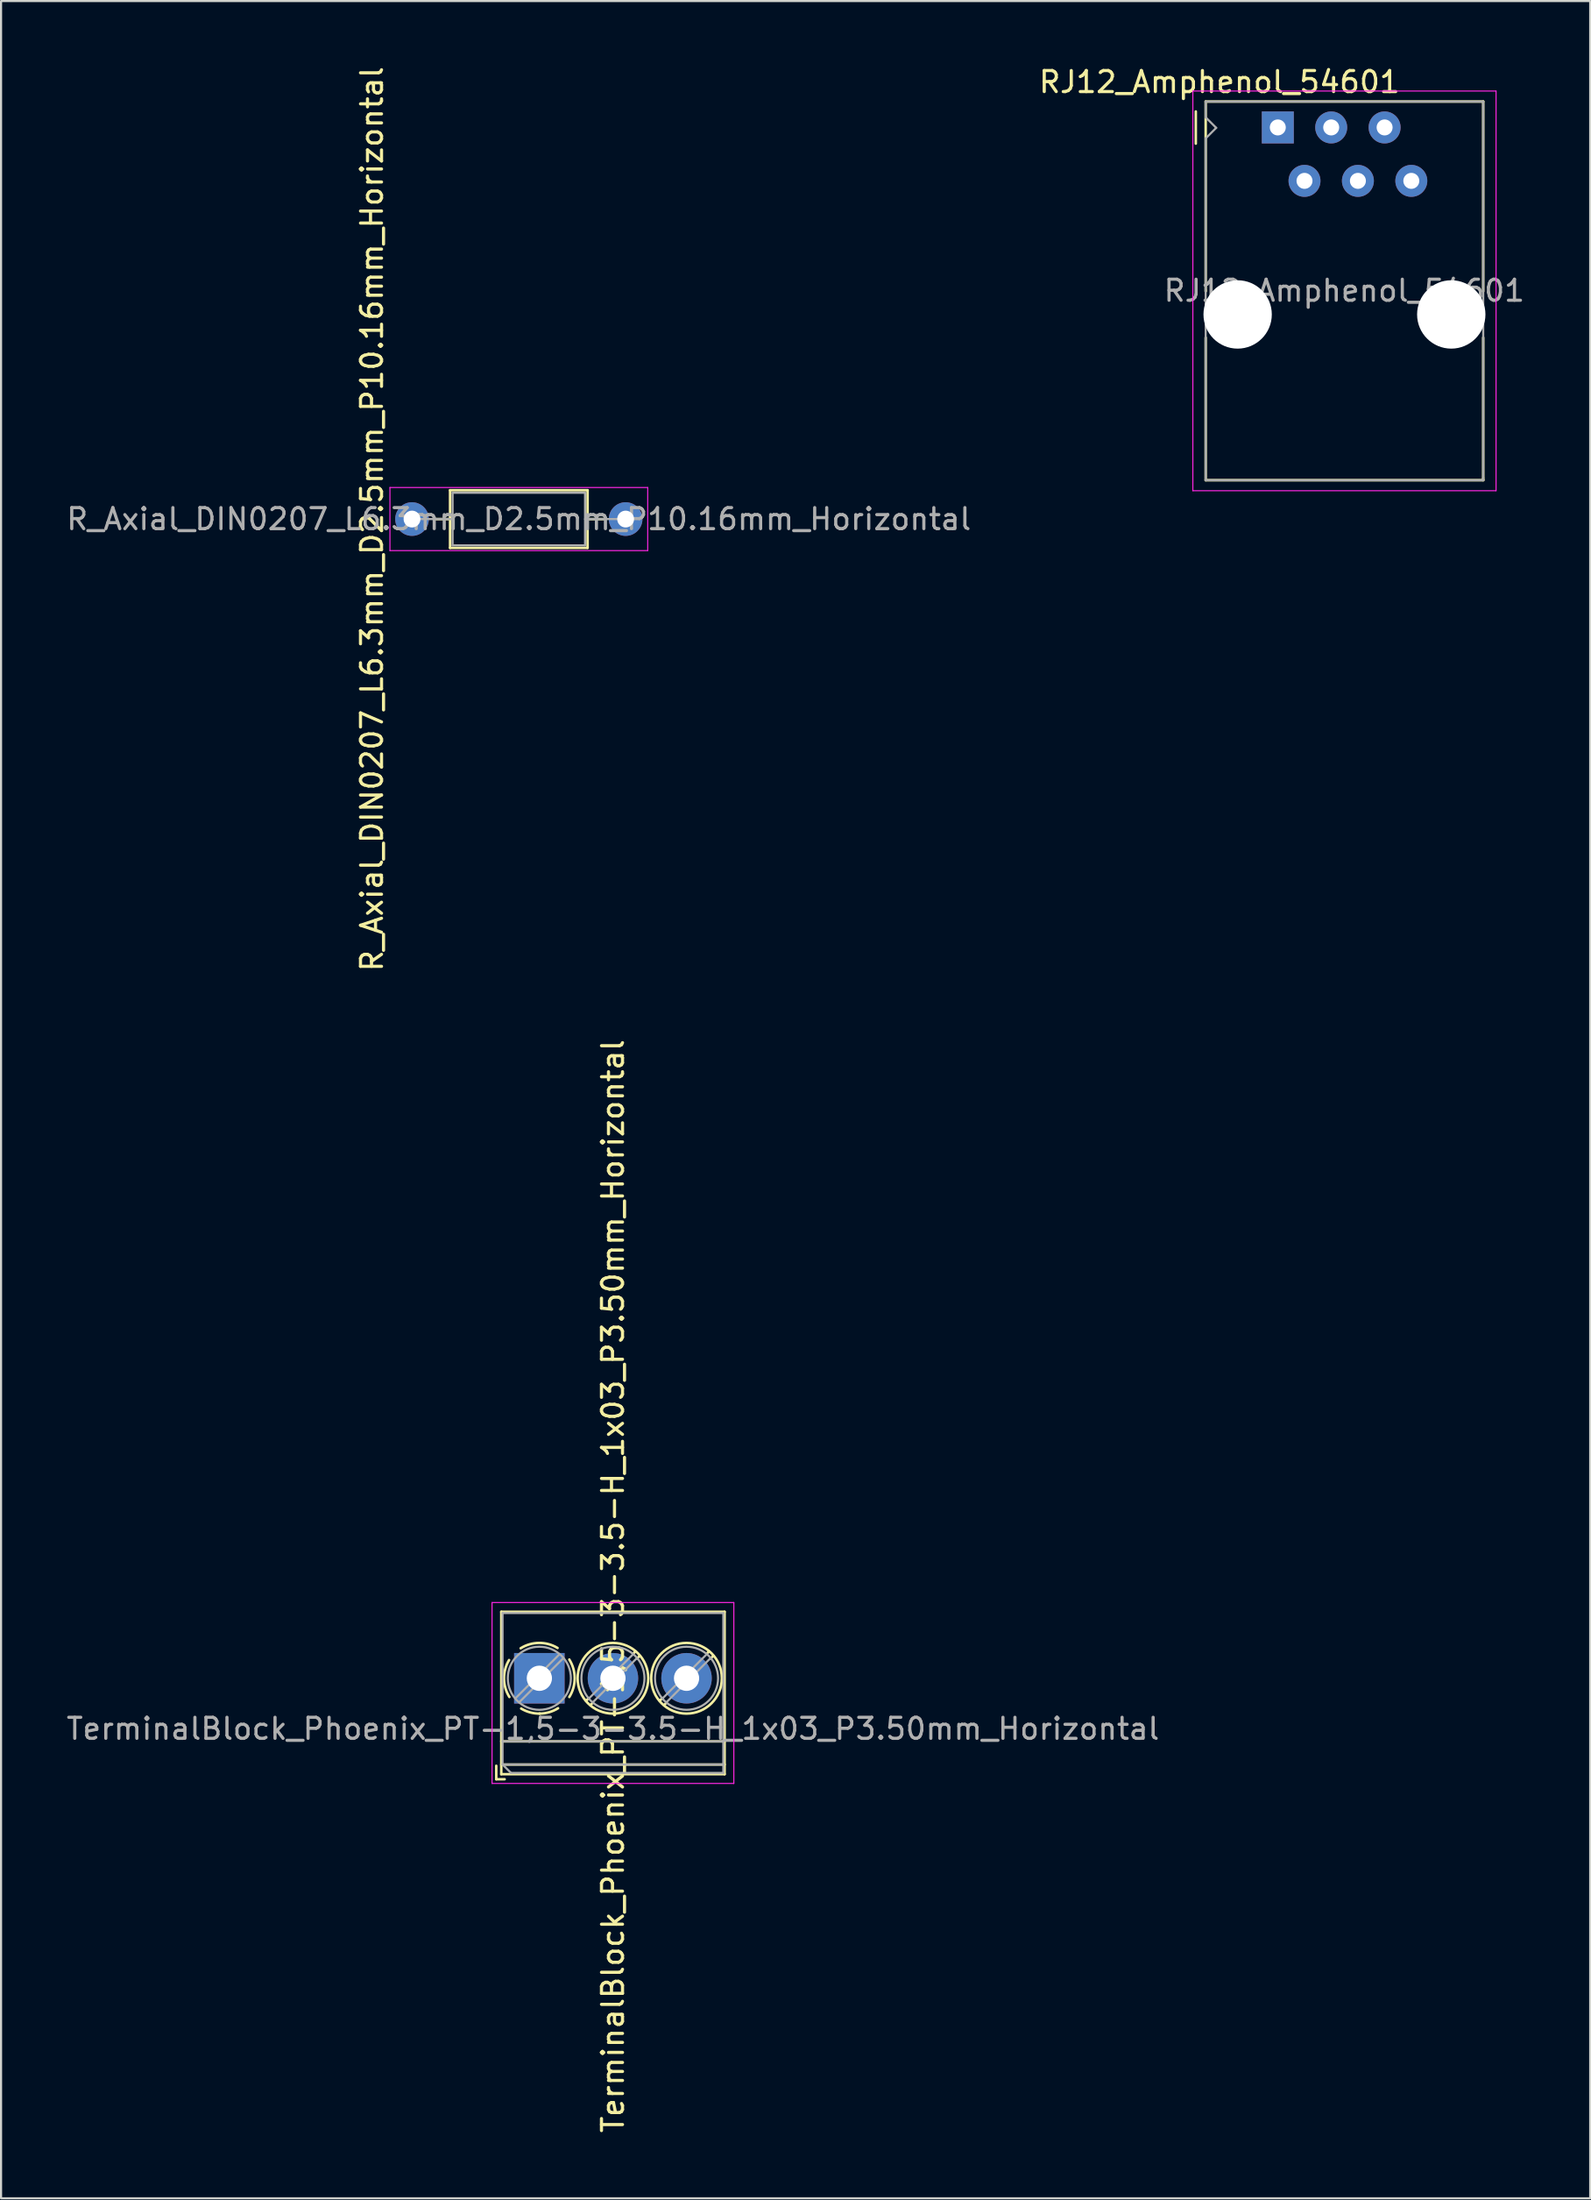
<source format=kicad_pcb>
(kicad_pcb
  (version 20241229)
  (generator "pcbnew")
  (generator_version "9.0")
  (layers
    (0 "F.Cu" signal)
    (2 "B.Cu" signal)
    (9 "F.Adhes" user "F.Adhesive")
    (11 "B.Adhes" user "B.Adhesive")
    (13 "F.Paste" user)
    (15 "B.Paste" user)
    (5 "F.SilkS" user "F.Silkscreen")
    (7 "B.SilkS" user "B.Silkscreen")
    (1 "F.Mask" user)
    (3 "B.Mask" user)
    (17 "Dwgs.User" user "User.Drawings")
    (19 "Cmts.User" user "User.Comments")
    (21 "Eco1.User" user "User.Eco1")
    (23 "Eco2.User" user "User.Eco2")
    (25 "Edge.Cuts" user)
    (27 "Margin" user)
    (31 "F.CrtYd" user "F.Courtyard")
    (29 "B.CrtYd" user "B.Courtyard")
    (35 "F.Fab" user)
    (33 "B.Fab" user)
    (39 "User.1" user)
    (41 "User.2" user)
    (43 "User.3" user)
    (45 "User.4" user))
  (footprint "R_Axial_DIN0207_L6.3mm_D2.5mm_P10.16mm_Horizontal"
    (layer "F.Cu")
    (at 16.545 21.625)
    (property "Reference" "R_Axial_DIN0207_L6.3mm_D2.5mm_P10.16mm_Horizontal" (at -1.905 0 270) (layer "F.SilkS") (effects (font (size 1 1) (thickness 0.15))))
    (attr through_hole)
    (fp_line (start 1.04 0) (end 1.81 0) (stroke (width 0.12) (type solid)) (layer "F.SilkS"))
    (fp_line (start 1.81 -1.37) (end 1.81 1.37) (stroke (width 0.12) (type solid)) (layer "F.SilkS"))
    (fp_line (start 1.81 1.37) (end 8.35 1.37) (stroke (width 0.12) (type solid)) (layer "F.SilkS"))
    (fp_line (start 8.35 -1.37) (end 1.81 -1.37) (stroke (width 0.12) (type solid)) (layer "F.SilkS"))
    (fp_line (start 8.35 1.37) (end 8.35 -1.37) (stroke (width 0.12) (type solid)) (layer "F.SilkS"))
    (fp_line (start 9.12 0) (end 8.35 0) (stroke (width 0.12) (type solid)) (layer "F.SilkS"))
    (fp_line (start -1.05 -1.5) (end -1.05 1.5) (stroke (width 0.05) (type solid)) (layer "F.CrtYd"))
    (fp_line (start -1.05 1.5) (end 11.21 1.5) (stroke (width 0.05) (type solid)) (layer "F.CrtYd"))
    (fp_line (start 11.21 -1.5) (end -1.05 -1.5) (stroke (width 0.05) (type solid)) (layer "F.CrtYd"))
    (fp_line (start 11.21 1.5) (end 11.21 -1.5) (stroke (width 0.05) (type solid)) (layer "F.CrtYd"))
    (fp_line (start 0 0) (end 1.93 0) (stroke (width 0.1) (type solid)) (layer "F.Fab"))
    (fp_line (start 1.93 -1.25) (end 1.93 1.25) (stroke (width 0.1) (type solid)) (layer "F.Fab"))
    (fp_line (start 1.93 1.25) (end 8.23 1.25) (stroke (width 0.1) (type solid)) (layer "F.Fab"))
    (fp_line (start 8.23 -1.25) (end 1.93 -1.25) (stroke (width 0.1) (type solid)) (layer "F.Fab"))
    (fp_line (start 8.23 1.25) (end 8.23 -1.25) (stroke (width 0.1) (type solid)) (layer "F.Fab"))
    (fp_line (start 10.16 0) (end 8.23 0) (stroke (width 0.1) (type solid)) (layer "F.Fab"))
    (fp_text user "${REFERENCE}" (at 5.08 0 0) (layer "F.Fab") (effects (font (size 1 1) (thickness 0.15))))
    (pad "1" thru_hole circle (at 0 0) (size 1.6 1.6) (drill 0.8) (layers "*.Cu" "*.Mask"))
    (pad "2" thru_hole oval (at 10.16 0) (size 1.6 1.6) (drill 0.8) (layers "*.Cu" "*.Mask")))
  (footprint "RJ12_Amphenol_54601"
    (layer "F.Cu")
    (at 57.721 3.008)
    (property "Reference" "RJ12_Amphenol_54601" (at -2.775 -2.16 0) (layer "F.SilkS") (effects (font (size 1 1) (thickness 0.15))))
    (attr through_hole)
    (fp_line (start -3.9 0.77) (end -3.9 -0.76) (stroke (width 0.12) (type solid)) (layer "F.SilkS"))
    (fp_line (start -3.43 -1.23) (end 9.77 -1.23) (stroke (width 0.12) (type solid)) (layer "F.SilkS"))
    (fp_line (start -3.43 7.72) (end -3.43 7.79) (stroke (width 0.1) (type solid)) (layer "F.SilkS"))
    (fp_line (start -3.43 7.79) (end -3.43 -1.23) (stroke (width 0.12) (type solid)) (layer "F.SilkS"))
    (fp_line (start -3.43 16.77) (end -3.43 9.99) (stroke (width 0.12) (type solid)) (layer "F.SilkS"))
    (fp_line (start 9.77 -1.23) (end 9.77 7.79) (stroke (width 0.12) (type solid)) (layer "F.SilkS"))
    (fp_line (start 9.77 16.65) (end 9.77 16.77) (stroke (width 0.1) (type solid)) (layer "F.SilkS"))
    (fp_line (start 9.77 16.76) (end 9.77 16.77) (stroke (width 0.1) (type solid)) (layer "F.SilkS"))
    (fp_line (start 9.77 16.77) (end -3.43 16.77) (stroke (width 0.12) (type solid)) (layer "F.SilkS"))
    (fp_line (start 9.77 16.77) (end 9.77 9.99) (stroke (width 0.12) (type solid)) (layer "F.SilkS"))
    (fp_line (start -4.04 -1.73) (end 10.38 -1.73) (stroke (width 0.05) (type solid)) (layer "F.CrtYd"))
    (fp_line (start -4.04 17.27) (end -4.04 -1.73) (stroke (width 0.05) (type solid)) (layer "F.CrtYd"))
    (fp_line (start 10.38 -1.73) (end 10.38 17.27) (stroke (width 0.05) (type solid)) (layer "F.CrtYd"))
    (fp_line (start 10.38 17.27) (end -4.04 17.27) (stroke (width 0.05) (type solid)) (layer "F.CrtYd"))
    (fp_line (start -3.43 -1.23) (end 9.77 -1.23) (stroke (width 0.1) (type solid)) (layer "F.Fab"))
    (fp_line (start -3.43 -0.48) (end -3.43 -1.23) (stroke (width 0.1) (type solid)) (layer "F.Fab"))
    (fp_line (start -3.43 0.52) (end -2.93 0.02) (stroke (width 0.1) (type solid)) (layer "F.Fab"))
    (fp_line (start -3.43 16.77) (end -3.43 0.52) (stroke (width 0.1) (type solid)) (layer "F.Fab"))
    (fp_line (start -2.93 0.02) (end -3.43 -0.48) (stroke (width 0.1) (type solid)) (layer "F.Fab"))
    (fp_line (start 9.77 -1.23) (end 9.77 16.77) (stroke (width 0.1) (type solid)) (layer "F.Fab"))
    (fp_line (start 9.77 16.77) (end -3.43 16.77) (stroke (width 0.1) (type solid)) (layer "F.Fab"))
    (fp_text user "${REFERENCE}" (at 3.16 7.76 0) (layer "F.Fab") (effects (font (size 1 1) (thickness 0.15))))
    (pad "" np_thru_hole circle (at -1.91 8.89) (size 3.25 3.25) (drill 3.25) (layers "*.Cu" "*.Mask"))
    (pad "" np_thru_hole circle (at 8.25 8.89) (size 3.25 3.25) (drill 3.25) (layers "*.Cu" "*.Mask"))
    (pad "1" thru_hole rect (at 0 0) (size 1.52 1.52) (drill 0.76) (layers "*.Cu" "*.Mask"))
    (pad "2" thru_hole circle (at 1.27 2.54) (size 1.52 1.52) (drill 0.76) (layers "*.Cu" "*.Mask"))
    (pad "3" thru_hole circle (at 2.54 0) (size 1.52 1.52) (drill 0.76) (layers "*.Cu" "*.Mask"))
    (pad "4" thru_hole circle (at 3.81 2.54) (size 1.52 1.52) (drill 0.76) (layers "*.Cu" "*.Mask"))
    (pad "5" thru_hole circle (at 5.08 0) (size 1.52 1.52) (drill 0.76) (layers "*.Cu" "*.Mask"))
    (pad "6" thru_hole circle (at 6.35 2.54) (size 1.52 1.52) (drill 0.76) (layers "*.Cu" "*.Mask")))
  (footprint "TerminalBlock_Phoenix_PT-1,5-3-3.5-H_1x03_P3.50mm_Horizontal"
    (layer "F.Cu")
    (at 22.601 76.731)
    (property "Reference" "TerminalBlock_Phoenix_PT-1,5-3-3.5-H_1x03_P3.50mm_Horizontal" (at 3.5 -4.38 270) (layer "F.SilkS") (effects (font (size 1 1) (thickness 0.15))))
    (attr through_hole)
    (fp_line (start -2.05 4.16) (end -2.05 4.8) (stroke (width 0.12) (type solid)) (layer "F.SilkS"))
    (fp_line (start -2.05 4.8) (end -1.65 4.8) (stroke (width 0.12) (type solid)) (layer "F.SilkS"))
    (fp_line (start -1.81 -3.16) (end -1.81 4.56) (stroke (width 0.12) (type solid)) (layer "F.SilkS"))
    (fp_line (start -1.81 -3.16) (end 8.81 -3.16) (stroke (width 0.12) (type solid)) (layer "F.SilkS"))
    (fp_line (start -1.81 3) (end 8.81 3) (stroke (width 0.12) (type solid)) (layer "F.SilkS"))
    (fp_line (start -1.81 4.1) (end 8.81 4.1) (stroke (width 0.12) (type solid)) (layer "F.SilkS"))
    (fp_line (start -1.81 4.56) (end 8.81 4.56) (stroke (width 0.12) (type solid)) (layer "F.SilkS"))
    (fp_line (start 2.355 0.941) (end 2.226 1.069) (stroke (width 0.12) (type solid)) (layer "F.SilkS"))
    (fp_line (start 2.525 1.181) (end 2.431 1.274) (stroke (width 0.12) (type solid)) (layer "F.SilkS"))
    (fp_line (start 4.57 -1.275) (end 4.476 -1.181) (stroke (width 0.12) (type solid)) (layer "F.SilkS"))
    (fp_line (start 4.775 -1.069) (end 4.646 -0.941) (stroke (width 0.12) (type solid)) (layer "F.SilkS"))
    (fp_line (start 5.855 0.941) (end 5.726 1.069) (stroke (width 0.12) (type solid)) (layer "F.SilkS"))
    (fp_line (start 6.025 1.181) (end 5.931 1.274) (stroke (width 0.12) (type solid)) (layer "F.SilkS"))
    (fp_line (start 8.07 -1.275) (end 7.976 -1.181) (stroke (width 0.12) (type solid)) (layer "F.SilkS"))
    (fp_line (start 8.275 -1.069) (end 8.146 -0.941) (stroke (width 0.12) (type solid)) (layer "F.SilkS"))
    (fp_line (start 8.81 -3.16) (end 8.81 4.56) (stroke (width 0.12) (type solid)) (layer "F.SilkS"))
    (fp_arc (start -1.425358 0.889894) (mid -1.680286 0.014012) (end -1.44 -0.866) (stroke (width 0.12) (type solid)) (layer "F.SilkS"))
    (fp_arc (start -0.889894 -1.425358) (mid -0.014012 -1.680286) (end 0.866 -1.44) (stroke (width 0.12) (type solid)) (layer "F.SilkS"))
    (fp_arc (start 0.028674 1.680099) (mid -0.435535 1.622918) (end -0.866 1.44) (stroke (width 0.12) (type solid)) (layer "F.SilkS"))
    (fp_arc (start 0.890264 1.424721) (mid 0.463071 1.61492) (end 0 1.68) (stroke (width 0.12) (type solid)) (layer "F.SilkS"))
    (fp_arc (start 1.425504 -0.890193) (mid 1.680626 0.000476) (end 1.425 0.891) (stroke (width 0.12) (type solid)) (layer "F.SilkS"))
    (fp_circle (center 3.5 0) (end 5.18 0) (stroke (width 0.12) (type solid)) (fill no) (layer "F.SilkS"))
    (fp_circle (center 7 0) (end 8.68 0) (stroke (width 0.12) (type solid)) (fill no) (layer "F.SilkS"))
    (fp_line (start -2.25 -3.6) (end -2.25 5) (stroke (width 0.05) (type solid)) (layer "F.CrtYd"))
    (fp_line (start -2.25 5) (end 9.25 5) (stroke (width 0.05) (type solid)) (layer "F.CrtYd"))
    (fp_line (start 9.25 -3.6) (end -2.25 -3.6) (stroke (width 0.05) (type solid)) (layer "F.CrtYd"))
    (fp_line (start 9.25 5) (end 9.25 -3.6) (stroke (width 0.05) (type solid)) (layer "F.CrtYd"))
    (fp_line (start -1.75 -3.1) (end 8.75 -3.1) (stroke (width 0.1) (type solid)) (layer "F.Fab"))
    (fp_line (start -1.75 3) (end 8.75 3) (stroke (width 0.1) (type solid)) (layer "F.Fab"))
    (fp_line (start -1.75 4.1) (end -1.75 -3.1) (stroke (width 0.1) (type solid)) (layer "F.Fab"))
    (fp_line (start -1.75 4.1) (end 8.75 4.1) (stroke (width 0.1) (type solid)) (layer "F.Fab"))
    (fp_line (start -1.35 4.5) (end -1.75 4.1) (stroke (width 0.1) (type solid)) (layer "F.Fab"))
    (fp_line (start 0.955 -1.138) (end -1.138 0.955) (stroke (width 0.1) (type solid)) (layer "F.Fab"))
    (fp_line (start 1.138 -0.955) (end -0.955 1.138) (stroke (width 0.1) (type solid)) (layer "F.Fab"))
    (fp_line (start 4.455 -1.138) (end 2.363 0.955) (stroke (width 0.1) (type solid)) (layer "F.Fab"))
    (fp_line (start 4.638 -0.955) (end 2.546 1.138) (stroke (width 0.1) (type solid)) (layer "F.Fab"))
    (fp_line (start 7.955 -1.138) (end 5.863 0.955) (stroke (width 0.1) (type solid)) (layer "F.Fab"))
    (fp_line (start 8.138 -0.955) (end 6.046 1.138) (stroke (width 0.1) (type solid)) (layer "F.Fab"))
    (fp_line (start 8.75 -3.1) (end 8.75 4.5) (stroke (width 0.1) (type solid)) (layer "F.Fab"))
    (fp_line (start 8.75 4.5) (end -1.35 4.5) (stroke (width 0.1) (type solid)) (layer "F.Fab"))
    (fp_circle (center 0 0) (end 1.5 0) (stroke (width 0.1) (type solid)) (fill no) (layer "F.Fab"))
    (fp_circle (center 3.5 0) (end 5 0) (stroke (width 0.1) (type solid)) (fill no) (layer "F.Fab"))
    (fp_circle (center 7 0) (end 8.5 0) (stroke (width 0.1) (type solid)) (fill no) (layer "F.Fab"))
    (fp_text user "${REFERENCE}" (at 3.5 2.4 0) (layer "F.Fab") (effects (font (size 1 1) (thickness 0.15))))
    (pad "1" thru_hole rect (at 0 0) (size 2.4 2.4) (drill 1.2) (layers "*.Cu" "*.Mask"))
    (pad "2" thru_hole circle (at 3.5 0) (size 2.4 2.4) (drill 1.2) (layers "*.Cu" "*.Mask"))
    (pad "3" thru_hole circle (at 7 0) (size 2.4 2.4) (drill 1.2) (layers "*.Cu" "*.Mask")))
  (gr_rect
    (start -3 -3)
    (end 72.578 101.452)
    (stroke (width 0.1) (type default))
    (fill no)
    (layer "Edge.Cuts")))
</source>
